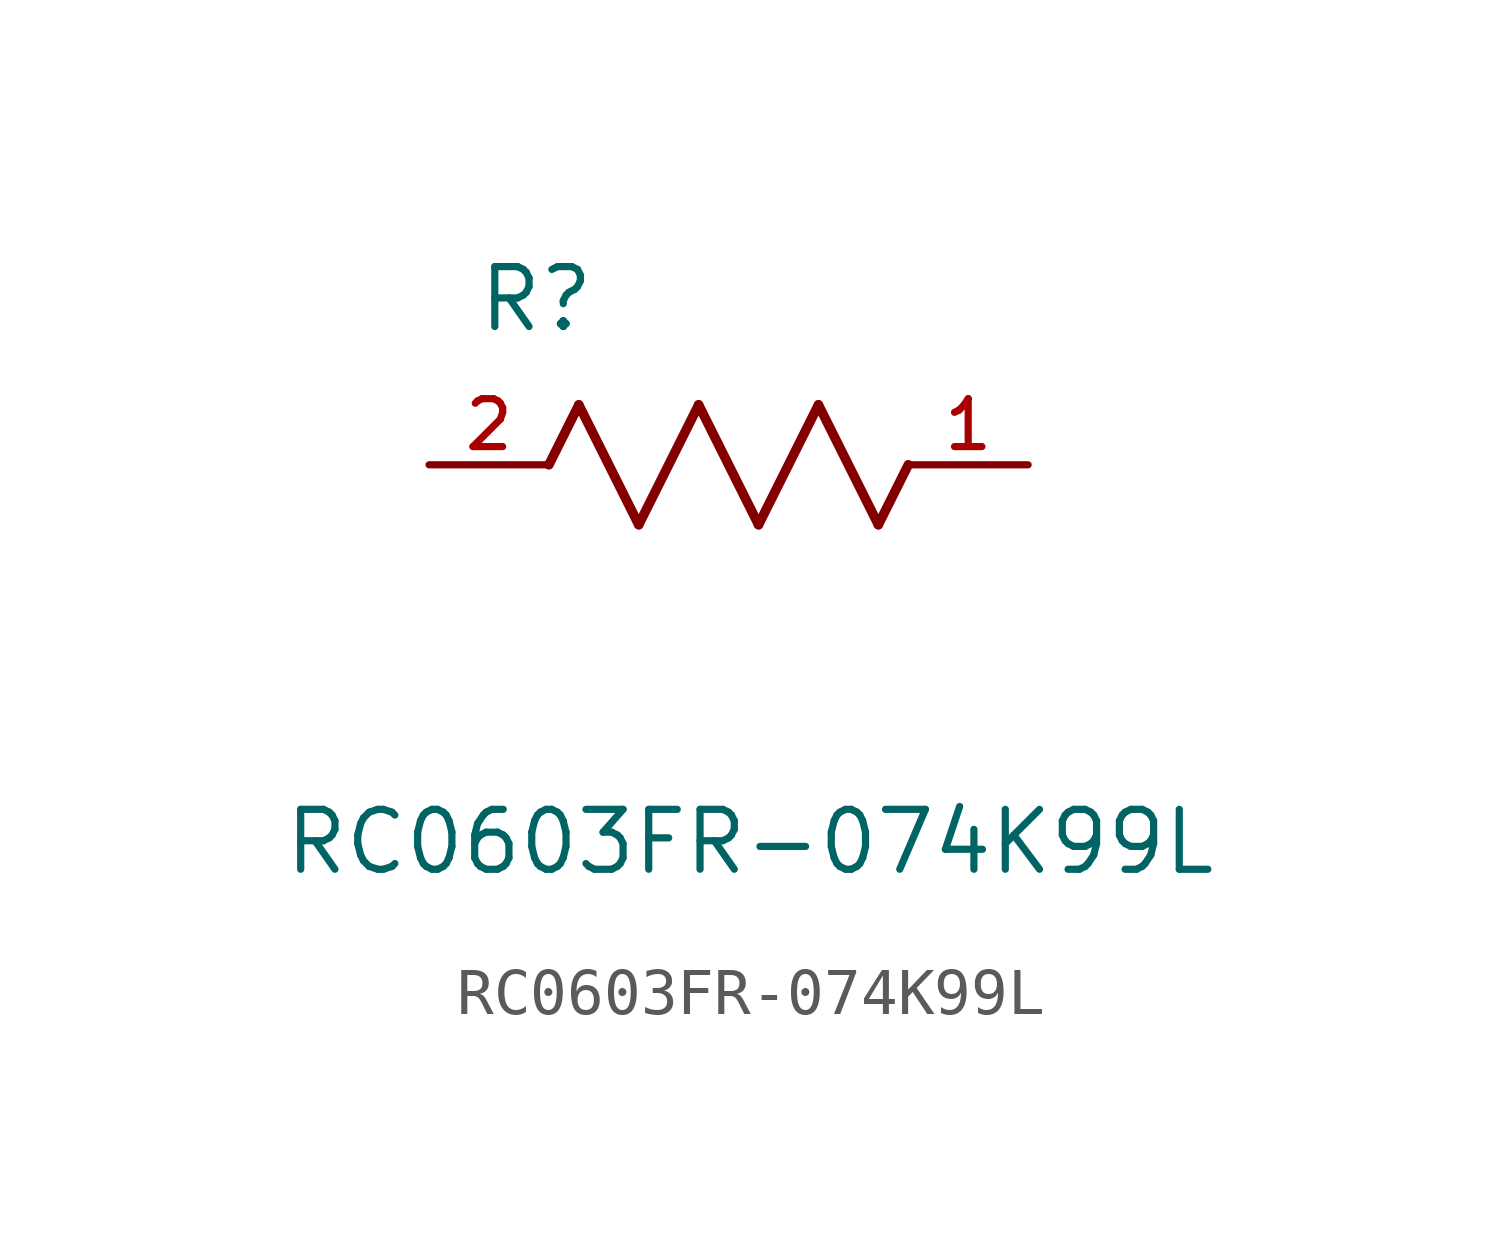
<source format=kicad_sym>
(kicad_symbol_lib
  (version 20211014)
  (generator kicad_symbol_editor)
  (symbol "RC0603FR-074K99L"
    (pin_names
      (offset 1.016))
    (property "Reference" "R"
      (at 0.991 2.769 0.0)
      (effects (font (size 1.27 1.27)) (justify bottom left)))
    (property "Value" "RC0603FR-074K99L"
      (at -3.124 -8.738 0.0)
      (effects (font (size 1.27 1.27)) (justify bottom left)))
    (symbol "RC0603FR-074K99L_0_0"
      (polyline (pts (xy 3.175 1.27) (xy 4.445 -1.27)) (stroke (width 0.203)))
      (polyline (pts (xy 4.445 -1.27) (xy 5.715 1.27)) (stroke (width 0.203)))
      (polyline (pts (xy 5.715 1.27) (xy 6.985 -1.27)) (stroke (width 0.203)))
      (polyline (pts (xy 6.985 -1.27) (xy 8.255 1.27)) (stroke (width 0.203)))
      (polyline (pts (xy 8.255 1.27) (xy 9.525 -1.27)) (stroke (width 0.203)))
      (polyline (pts (xy 2.54 0.0) (xy 3.175 1.27)) (stroke (width 0.203)))
      (polyline (pts (xy 9.525 -1.27) (xy 10.16 0.0)) (stroke (width 0.203)))
      (pin passive line (at 0.0 0.0 0) (length 2.54) (name "~" (effects (font (size 1.016 1.016)))) (number "2" (effects (font (size 1.016 1.016)))))
      (pin passive line (at 12.7 0.0 180.0) (length 2.54) (name "~" (effects (font (size 1.016 1.016)))) (number "1" (effects (font (size 1.016 1.016))))))))
</source>
